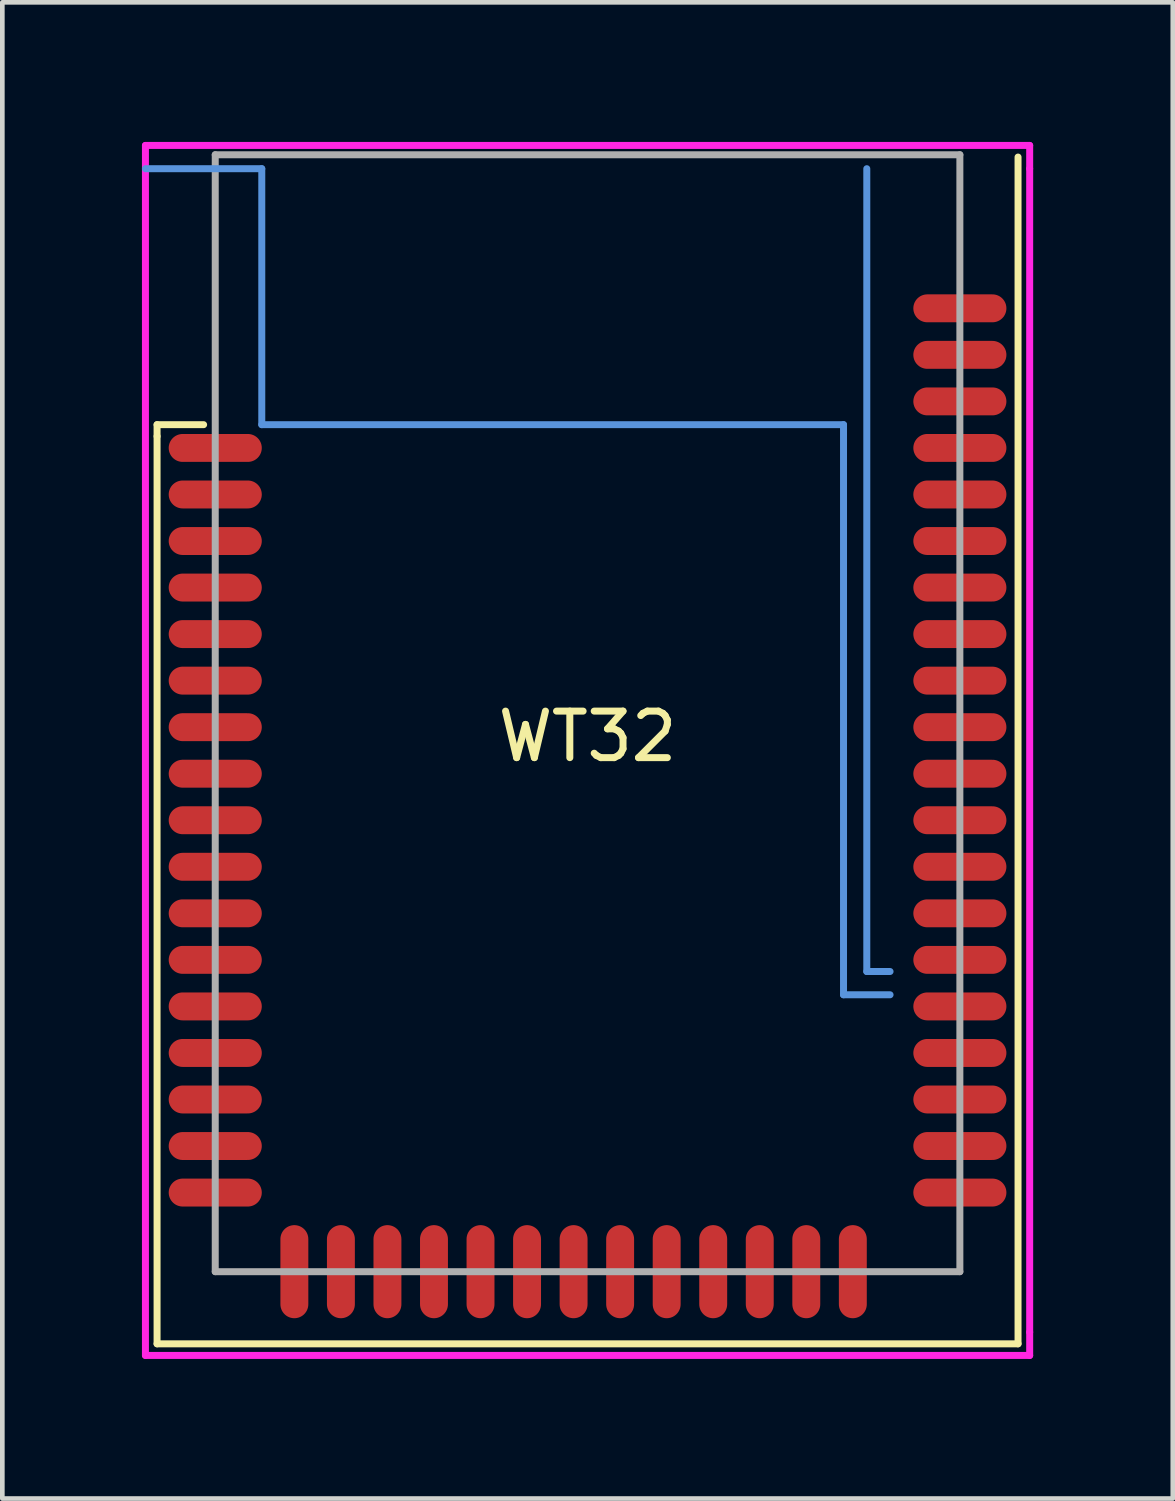
<source format=kicad_pcb>
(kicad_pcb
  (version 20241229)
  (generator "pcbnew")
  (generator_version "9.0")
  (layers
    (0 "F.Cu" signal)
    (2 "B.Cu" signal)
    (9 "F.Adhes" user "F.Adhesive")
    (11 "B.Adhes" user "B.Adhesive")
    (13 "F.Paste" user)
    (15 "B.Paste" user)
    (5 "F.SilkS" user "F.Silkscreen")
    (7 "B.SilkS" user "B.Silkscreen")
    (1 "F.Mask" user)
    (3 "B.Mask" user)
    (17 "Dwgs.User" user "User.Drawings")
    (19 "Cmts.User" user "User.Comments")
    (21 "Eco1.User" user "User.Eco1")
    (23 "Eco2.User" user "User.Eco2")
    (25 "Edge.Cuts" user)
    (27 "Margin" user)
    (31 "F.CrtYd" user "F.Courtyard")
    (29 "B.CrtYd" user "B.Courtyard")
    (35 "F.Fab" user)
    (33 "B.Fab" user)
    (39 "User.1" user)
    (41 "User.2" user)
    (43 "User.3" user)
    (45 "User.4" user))
  (footprint "WT32"
    (layer "F.Cu")
    (at 9.575 12.325)
    (property "Reference" "WT32" (at 0 0.45 0) (layer "F.SilkS") (effects (font (size 1 1) (thickness 0.15))))
    (attr through_hole)
    (fp_line (start -9.25 -6.25) (end -8.25 -6.25) (stroke (width 0.15) (type solid)) (layer "F.SilkS"))
    (fp_line (start -9.25 -6) (end -9.25 -6.25) (stroke (width 0.15) (type solid)) (layer "F.SilkS"))
    (fp_line (start -9.25 13.5) (end -9.25 -6) (stroke (width 0.15) (type solid)) (layer "F.SilkS"))
    (fp_line (start 9.25 -12) (end 9.25 13.5) (stroke (width 0.15) (type solid)) (layer "F.SilkS"))
    (fp_line (start 9.25 13.5) (end -9.25 13.5) (stroke (width 0.15) (type solid)) (layer "F.SilkS"))
    (fp_line (start -7 -11.75) (end -9.5 -11.75) (stroke (width 0.15) (type solid)) (layer "Cmts.User"))
    (fp_line (start -7 -6.25) (end -7 -11.75) (stroke (width 0.15) (type solid)) (layer "Cmts.User"))
    (fp_line (start -7 -6.25) (end 5.5 -6.25) (stroke (width 0.15) (type solid)) (layer "Cmts.User"))
    (fp_line (start 5.5 -6.25) (end 5.5 6) (stroke (width 0.15) (type solid)) (layer "Cmts.User"))
    (fp_line (start 5.5 6) (end 6.5 6) (stroke (width 0.15) (type solid)) (layer "Cmts.User"))
    (fp_line (start 6 -11.75) (end 6 5.5) (stroke (width 0.15) (type solid)) (layer "Cmts.User"))
    (fp_line (start 6 5.5) (end 6.5 5.5) (stroke (width 0.15) (type solid)) (layer "Cmts.User"))
    (fp_line (start -9.5 -12.25) (end 9.5 -12.25) (stroke (width 0.15) (type solid)) (layer "F.CrtYd"))
    (fp_line (start -9.5 13.75) (end -9.5 -12.25) (stroke (width 0.15) (type solid)) (layer "F.CrtYd"))
    (fp_line (start 9.5 -12.25) (end 9.5 -11.75) (stroke (width 0.15) (type solid)) (layer "F.CrtYd"))
    (fp_line (start 9.5 -11.75) (end 9.5 13.25) (stroke (width 0.15) (type solid)) (layer "F.CrtYd"))
    (fp_line (start 9.5 13.25) (end 9.5 13.75) (stroke (width 0.15) (type solid)) (layer "F.CrtYd"))
    (fp_line (start 9.5 13.75) (end -9.5 13.75) (stroke (width 0.15) (type solid)) (layer "F.CrtYd"))
    (fp_line (start -8 -12.05) (end -8 11.95) (stroke (width 0.15) (type solid)) (layer "F.Fab"))
    (fp_line (start -8 11.95) (end 8 11.95) (stroke (width 0.15) (type solid)) (layer "F.Fab"))
    (fp_line (start 8 -12.05) (end -8 -12.05) (stroke (width 0.15) (type solid)) (layer "F.Fab"))
    (fp_line (start 8 11.95) (end 8 -12.05) (stroke (width 0.15) (type solid)) (layer "F.Fab"))
    (pad "1" smd oval (at -8 -5.75) (size 2 0.6) (layers "F.Cu" "F.Mask" "F.Paste"))
    (pad "2" smd oval (at -8 -4.75) (size 2 0.6) (layers "F.Cu" "F.Mask" "F.Paste"))
    (pad "3" smd oval (at -8 -3.75) (size 2 0.6) (layers "F.Cu" "F.Mask" "F.Paste"))
    (pad "4" smd oval (at -8 -2.75) (size 2 0.6) (layers "F.Cu" "F.Mask" "F.Paste"))
    (pad "5" smd oval (at -8 -1.75) (size 2 0.6) (layers "F.Cu" "F.Mask" "F.Paste"))
    (pad "6" smd oval (at -8 -0.75) (size 2 0.6) (layers "F.Cu" "F.Mask" "F.Paste"))
    (pad "7" smd oval (at -8 0.25) (size 2 0.6) (layers "F.Cu" "F.Mask" "F.Paste"))
    (pad "8" smd oval (at -8 1.25) (size 2 0.6) (layers "F.Cu" "F.Mask" "F.Paste"))
    (pad "9" smd oval (at -8 2.25) (size 2 0.6) (layers "F.Cu" "F.Mask" "F.Paste"))
    (pad "10" smd oval (at -8 3.25) (size 2 0.6) (layers "F.Cu" "F.Mask" "F.Paste"))
    (pad "11" smd oval (at -8 4.25) (size 2 0.6) (layers "F.Cu" "F.Mask" "F.Paste"))
    (pad "12" smd oval (at -8 5.25) (size 2 0.6) (layers "F.Cu" "F.Mask" "F.Paste"))
    (pad "13" smd oval (at -8 6.25) (size 2 0.6) (layers "F.Cu" "F.Mask" "F.Paste"))
    (pad "14" smd oval (at -8 7.25) (size 2 0.6) (layers "F.Cu" "F.Mask" "F.Paste"))
    (pad "15" smd oval (at -8 8.25) (size 2 0.6) (layers "F.Cu" "F.Mask" "F.Paste"))
    (pad "16" smd oval (at -8 9.25) (size 2 0.6) (layers "F.Cu" "F.Mask" "F.Paste"))
    (pad "17" smd oval (at -8 10.25) (size 2 0.6) (layers "F.Cu" "F.Mask" "F.Paste"))
    (pad "18" smd oval (at -6.3 11.95 90) (size 2 0.6) (layers "F.Cu" "F.Mask" "F.Paste"))
    (pad "19" smd oval (at -5.3 11.95 90) (size 2 0.6) (layers "F.Cu" "F.Mask" "F.Paste"))
    (pad "20" smd oval (at -4.3 11.95 90) (size 2 0.6) (layers "F.Cu" "F.Mask" "F.Paste"))
    (pad "21" smd oval (at -3.3 11.95 90) (size 2 0.6) (layers "F.Cu" "F.Mask" "F.Paste"))
    (pad "22" smd oval (at -2.3 11.95 90) (size 2 0.6) (layers "F.Cu" "F.Mask" "F.Paste"))
    (pad "23" smd oval (at -1.3 11.95 90) (size 2 0.6) (layers "F.Cu" "F.Mask" "F.Paste"))
    (pad "24" smd oval (at -0.3 11.95 90) (size 2 0.6) (layers "F.Cu" "F.Mask" "F.Paste"))
    (pad "25" smd oval (at 0.7 11.95 90) (size 2 0.6) (layers "F.Cu" "F.Mask" "F.Paste"))
    (pad "26" smd oval (at 1.7 11.95 90) (size 2 0.6) (layers "F.Cu" "F.Mask" "F.Paste"))
    (pad "27" smd oval (at 2.7 11.95 90) (size 2 0.6) (layers "F.Cu" "F.Mask" "F.Paste"))
    (pad "28" smd oval (at 3.7 11.95 90) (size 2 0.6) (layers "F.Cu" "F.Mask" "F.Paste"))
    (pad "29" smd oval (at 4.7 11.95 90) (size 2 0.6) (layers "F.Cu" "F.Mask" "F.Paste"))
    (pad "30" smd oval (at 5.7 11.95 90) (size 2 0.6) (layers "F.Cu" "F.Mask" "F.Paste"))
    (pad "31" smd oval (at 8 10.25) (size 2 0.6) (layers "F.Cu" "F.Mask" "F.Paste"))
    (pad "32" smd oval (at 8 9.25) (size 2 0.6) (layers "F.Cu" "F.Mask" "F.Paste"))
    (pad "33" smd oval (at 8 8.25) (size 2 0.6) (layers "F.Cu" "F.Mask" "F.Paste"))
    (pad "34" smd oval (at 8 7.25) (size 2 0.6) (layers "F.Cu" "F.Mask" "F.Paste"))
    (pad "35" smd oval (at 8 6.25) (size 2 0.6) (layers "F.Cu" "F.Mask" "F.Paste"))
    (pad "36" smd oval (at 8 5.25) (size 2 0.6) (layers "F.Cu" "F.Mask" "F.Paste"))
    (pad "37" smd oval (at 8 4.25) (size 2 0.6) (layers "F.Cu" "F.Mask" "F.Paste"))
    (pad "38" smd oval (at 8 3.25) (size 2 0.6) (layers "F.Cu" "F.Mask" "F.Paste"))
    (pad "39" smd oval (at 8 2.25) (size 2 0.6) (layers "F.Cu" "F.Mask" "F.Paste"))
    (pad "40" smd oval (at 8 1.25) (size 2 0.6) (layers "F.Cu" "F.Mask" "F.Paste"))
    (pad "41" smd oval (at 8 0.25) (size 2 0.6) (layers "F.Cu" "F.Mask" "F.Paste"))
    (pad "42" smd oval (at 8 -0.75) (size 2 0.6) (layers "F.Cu" "F.Mask" "F.Paste"))
    (pad "43" smd oval (at 8 -1.75) (size 2 0.6) (layers "F.Cu" "F.Mask" "F.Paste"))
    (pad "44" smd oval (at 8 -2.75) (size 2 0.6) (layers "F.Cu" "F.Mask" "F.Paste"))
    (pad "45" smd oval (at 8 -3.75) (size 2 0.6) (layers "F.Cu" "F.Mask" "F.Paste"))
    (pad "46" smd oval (at 8 -4.75) (size 2 0.6) (layers "F.Cu" "F.Mask" "F.Paste"))
    (pad "47" smd oval (at 8 -5.75) (size 2 0.6) (layers "F.Cu" "F.Mask" "F.Paste"))
    (pad "48" smd oval (at 8 -6.75) (size 2 0.6) (layers "F.Cu" "F.Mask" "F.Paste"))
    (pad "49" smd oval (at 8 -7.75) (size 2 0.6) (layers "F.Cu" "F.Mask" "F.Paste"))
    (pad "50" smd oval (at 8 -8.75) (size 2 0.6) (layers "F.Cu" "F.Mask" "F.Paste")))
  (gr_rect
    (start -3 -3)
    (end 22.15 29.15)
    (stroke (width 0.1) (type default))
    (fill no)
    (layer "Edge.Cuts")))
</source>
